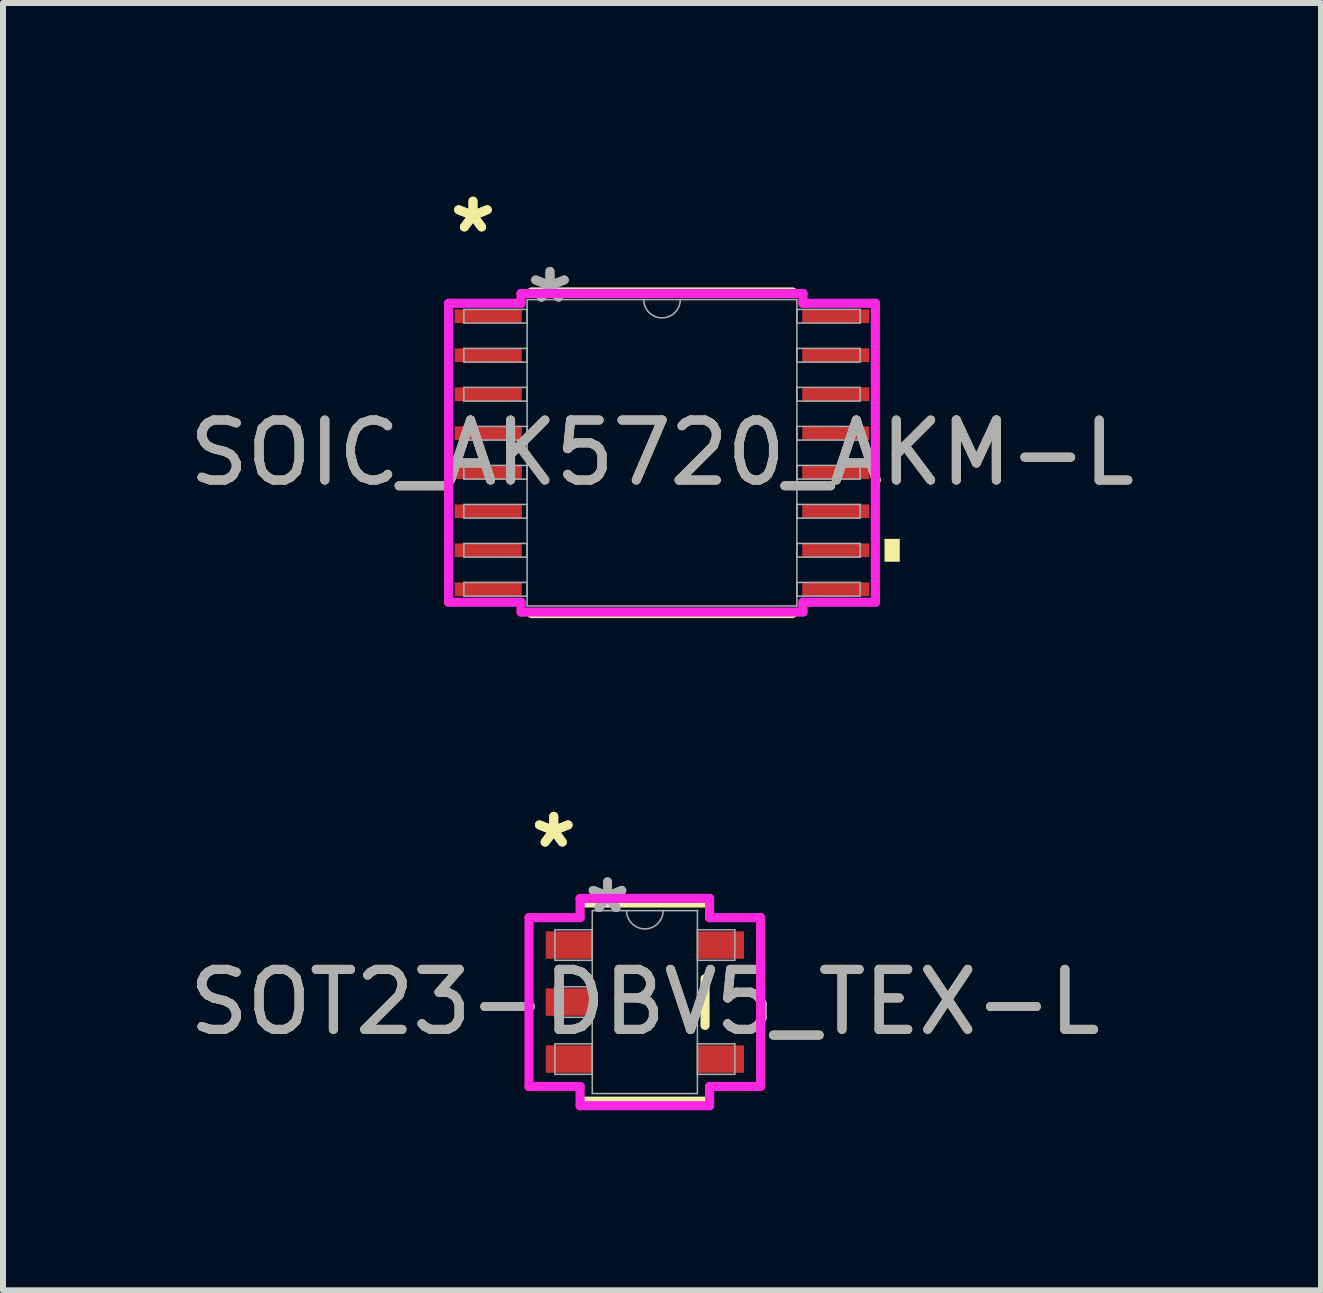
<source format=kicad_pcb>
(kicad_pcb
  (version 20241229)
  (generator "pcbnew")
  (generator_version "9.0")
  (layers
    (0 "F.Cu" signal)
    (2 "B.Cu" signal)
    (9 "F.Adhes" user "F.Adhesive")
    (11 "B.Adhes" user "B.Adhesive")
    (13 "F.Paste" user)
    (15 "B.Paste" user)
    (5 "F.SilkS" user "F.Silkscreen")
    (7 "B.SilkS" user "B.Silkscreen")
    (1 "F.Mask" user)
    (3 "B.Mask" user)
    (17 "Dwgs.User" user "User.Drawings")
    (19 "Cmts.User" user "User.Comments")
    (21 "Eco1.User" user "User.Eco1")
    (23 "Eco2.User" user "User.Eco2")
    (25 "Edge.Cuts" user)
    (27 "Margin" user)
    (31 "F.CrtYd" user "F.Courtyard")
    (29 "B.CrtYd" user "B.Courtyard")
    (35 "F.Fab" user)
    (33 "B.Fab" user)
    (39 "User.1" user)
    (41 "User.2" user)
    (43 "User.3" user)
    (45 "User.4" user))
  (footprint "SOIC_AK5720_AKM-L"
    (layer "F.Cu")
    (at 7.982 4.495)
    (property "Reference" "SOIC_AK5720_AKM-L" (at 0 0 0) (unlocked yes) (layer "F.SilkS") (effects (font (size 1 1) (thickness 0.15))))
    (attr smd)
    (fp_line (start -2.174 2.68) (end 2.174 2.68) (stroke (width 0.152) (type solid)) (layer "F.SilkS"))
    (fp_line (start 2.174 -2.68) (end -2.174 -2.68) (stroke (width 0.152) (type solid)) (layer "F.SilkS"))
    (fp_poly (pts (xy 3.962 1.435) (xy 3.962 1.816) (xy 3.708 1.816) (xy 3.708 1.435)) (stroke (width 0) (type solid)) (fill yes) (layer "F.SilkS"))
    (fp_line (start -3.556 -2.491) (end -2.349 -2.491) (stroke (width 0.152) (type solid)) (layer "F.CrtYd"))
    (fp_line (start -3.556 2.491) (end -3.556 -2.491) (stroke (width 0.152) (type solid)) (layer "F.CrtYd"))
    (fp_line (start -3.556 2.491) (end -2.349 2.491) (stroke (width 0.152) (type solid)) (layer "F.CrtYd"))
    (fp_line (start -2.349 -2.654) (end 2.349 -2.654) (stroke (width 0.152) (type solid)) (layer "F.CrtYd"))
    (fp_line (start -2.349 -2.491) (end -2.349 -2.654) (stroke (width 0.152) (type solid)) (layer "F.CrtYd"))
    (fp_line (start -2.349 2.654) (end -2.349 2.491) (stroke (width 0.152) (type solid)) (layer "F.CrtYd"))
    (fp_line (start 2.349 -2.654) (end 2.349 -2.491) (stroke (width 0.152) (type solid)) (layer "F.CrtYd"))
    (fp_line (start 2.349 2.491) (end 2.349 2.654) (stroke (width 0.152) (type solid)) (layer "F.CrtYd"))
    (fp_line (start 2.349 2.654) (end -2.349 2.654) (stroke (width 0.152) (type solid)) (layer "F.CrtYd"))
    (fp_line (start 3.556 -2.491) (end 2.349 -2.491) (stroke (width 0.152) (type solid)) (layer "F.CrtYd"))
    (fp_line (start 3.556 -2.491) (end 3.556 2.491) (stroke (width 0.152) (type solid)) (layer "F.CrtYd"))
    (fp_line (start 3.556 2.491) (end 2.349 2.491) (stroke (width 0.152) (type solid)) (layer "F.CrtYd"))
    (fp_line (start -3.302 -2.389) (end -3.302 -2.161) (stroke (width 0.025) (type solid)) (layer "F.Fab"))
    (fp_line (start -3.302 -2.161) (end -2.248 -2.161) (stroke (width 0.025) (type solid)) (layer "F.Fab"))
    (fp_line (start -3.302 -1.739) (end -3.302 -1.511) (stroke (width 0.025) (type solid)) (layer "F.Fab"))
    (fp_line (start -3.302 -1.511) (end -2.248 -1.511) (stroke (width 0.025) (type solid)) (layer "F.Fab"))
    (fp_line (start -3.302 -1.089) (end -3.302 -0.861) (stroke (width 0.025) (type solid)) (layer "F.Fab"))
    (fp_line (start -3.302 -0.861) (end -2.248 -0.861) (stroke (width 0.025) (type solid)) (layer "F.Fab"))
    (fp_line (start -3.302 -0.439) (end -3.302 -0.211) (stroke (width 0.025) (type solid)) (layer "F.Fab"))
    (fp_line (start -3.302 -0.211) (end -2.248 -0.211) (stroke (width 0.025) (type solid)) (layer "F.Fab"))
    (fp_line (start -3.302 0.211) (end -3.302 0.439) (stroke (width 0.025) (type solid)) (layer "F.Fab"))
    (fp_line (start -3.302 0.439) (end -2.248 0.439) (stroke (width 0.025) (type solid)) (layer "F.Fab"))
    (fp_line (start -3.302 0.861) (end -3.302 1.089) (stroke (width 0.025) (type solid)) (layer "F.Fab"))
    (fp_line (start -3.302 1.089) (end -2.248 1.089) (stroke (width 0.025) (type solid)) (layer "F.Fab"))
    (fp_line (start -3.302 1.511) (end -3.302 1.739) (stroke (width 0.025) (type solid)) (layer "F.Fab"))
    (fp_line (start -3.302 1.739) (end -2.248 1.739) (stroke (width 0.025) (type solid)) (layer "F.Fab"))
    (fp_line (start -3.302 2.161) (end -3.302 2.389) (stroke (width 0.025) (type solid)) (layer "F.Fab"))
    (fp_line (start -3.302 2.389) (end -2.248 2.389) (stroke (width 0.025) (type solid)) (layer "F.Fab"))
    (fp_line (start -2.248 -2.553) (end -2.248 2.553) (stroke (width 0.025) (type solid)) (layer "F.Fab"))
    (fp_line (start -2.248 -2.389) (end -3.302 -2.389) (stroke (width 0.025) (type solid)) (layer "F.Fab"))
    (fp_line (start -2.248 -2.161) (end -2.248 -2.389) (stroke (width 0.025) (type solid)) (layer "F.Fab"))
    (fp_line (start -2.248 -1.739) (end -3.302 -1.739) (stroke (width 0.025) (type solid)) (layer "F.Fab"))
    (fp_line (start -2.248 -1.511) (end -2.248 -1.739) (stroke (width 0.025) (type solid)) (layer "F.Fab"))
    (fp_line (start -2.248 -1.089) (end -3.302 -1.089) (stroke (width 0.025) (type solid)) (layer "F.Fab"))
    (fp_line (start -2.248 -0.861) (end -2.248 -1.089) (stroke (width 0.025) (type solid)) (layer "F.Fab"))
    (fp_line (start -2.248 -0.439) (end -3.302 -0.439) (stroke (width 0.025) (type solid)) (layer "F.Fab"))
    (fp_line (start -2.248 -0.211) (end -2.248 -0.439) (stroke (width 0.025) (type solid)) (layer "F.Fab"))
    (fp_line (start -2.248 0.211) (end -3.302 0.211) (stroke (width 0.025) (type solid)) (layer "F.Fab"))
    (fp_line (start -2.248 0.439) (end -2.248 0.211) (stroke (width 0.025) (type solid)) (layer "F.Fab"))
    (fp_line (start -2.248 0.861) (end -3.302 0.861) (stroke (width 0.025) (type solid)) (layer "F.Fab"))
    (fp_line (start -2.248 1.089) (end -2.248 0.861) (stroke (width 0.025) (type solid)) (layer "F.Fab"))
    (fp_line (start -2.248 1.511) (end -3.302 1.511) (stroke (width 0.025) (type solid)) (layer "F.Fab"))
    (fp_line (start -2.248 1.739) (end -2.248 1.511) (stroke (width 0.025) (type solid)) (layer "F.Fab"))
    (fp_line (start -2.248 2.161) (end -3.302 2.161) (stroke (width 0.025) (type solid)) (layer "F.Fab"))
    (fp_line (start -2.248 2.389) (end -2.248 2.161) (stroke (width 0.025) (type solid)) (layer "F.Fab"))
    (fp_line (start -2.248 2.553) (end 2.248 2.553) (stroke (width 0.025) (type solid)) (layer "F.Fab"))
    (fp_line (start 2.248 -2.553) (end -2.248 -2.553) (stroke (width 0.025) (type solid)) (layer "F.Fab"))
    (fp_line (start 2.248 -2.389) (end 2.248 -2.161) (stroke (width 0.025) (type solid)) (layer "F.Fab"))
    (fp_line (start 2.248 -2.161) (end 3.302 -2.161) (stroke (width 0.025) (type solid)) (layer "F.Fab"))
    (fp_line (start 2.248 -1.739) (end 2.248 -1.511) (stroke (width 0.025) (type solid)) (layer "F.Fab"))
    (fp_line (start 2.248 -1.511) (end 3.302 -1.511) (stroke (width 0.025) (type solid)) (layer "F.Fab"))
    (fp_line (start 2.248 -1.089) (end 2.248 -0.861) (stroke (width 0.025) (type solid)) (layer "F.Fab"))
    (fp_line (start 2.248 -0.861) (end 3.302 -0.861) (stroke (width 0.025) (type solid)) (layer "F.Fab"))
    (fp_line (start 2.248 -0.439) (end 2.248 -0.211) (stroke (width 0.025) (type solid)) (layer "F.Fab"))
    (fp_line (start 2.248 -0.211) (end 3.302 -0.211) (stroke (width 0.025) (type solid)) (layer "F.Fab"))
    (fp_line (start 2.248 0.211) (end 2.248 0.439) (stroke (width 0.025) (type solid)) (layer "F.Fab"))
    (fp_line (start 2.248 0.439) (end 3.302 0.439) (stroke (width 0.025) (type solid)) (layer "F.Fab"))
    (fp_line (start 2.248 0.861) (end 2.248 1.089) (stroke (width 0.025) (type solid)) (layer "F.Fab"))
    (fp_line (start 2.248 1.089) (end 3.302 1.089) (stroke (width 0.025) (type solid)) (layer "F.Fab"))
    (fp_line (start 2.248 1.511) (end 2.248 1.739) (stroke (width 0.025) (type solid)) (layer "F.Fab"))
    (fp_line (start 2.248 1.739) (end 3.302 1.739) (stroke (width 0.025) (type solid)) (layer "F.Fab"))
    (fp_line (start 2.248 2.161) (end 2.248 2.389) (stroke (width 0.025) (type solid)) (layer "F.Fab"))
    (fp_line (start 2.248 2.389) (end 3.302 2.389) (stroke (width 0.025) (type solid)) (layer "F.Fab"))
    (fp_line (start 2.248 2.553) (end 2.248 -2.553) (stroke (width 0.025) (type solid)) (layer "F.Fab"))
    (fp_line (start 3.302 -2.389) (end 2.248 -2.389) (stroke (width 0.025) (type solid)) (layer "F.Fab"))
    (fp_line (start 3.302 -2.161) (end 3.302 -2.389) (stroke (width 0.025) (type solid)) (layer "F.Fab"))
    (fp_line (start 3.302 -1.739) (end 2.248 -1.739) (stroke (width 0.025) (type solid)) (layer "F.Fab"))
    (fp_line (start 3.302 -1.511) (end 3.302 -1.739) (stroke (width 0.025) (type solid)) (layer "F.Fab"))
    (fp_line (start 3.302 -1.089) (end 2.248 -1.089) (stroke (width 0.025) (type solid)) (layer "F.Fab"))
    (fp_line (start 3.302 -0.861) (end 3.302 -1.089) (stroke (width 0.025) (type solid)) (layer "F.Fab"))
    (fp_line (start 3.302 -0.439) (end 2.248 -0.439) (stroke (width 0.025) (type solid)) (layer "F.Fab"))
    (fp_line (start 3.302 -0.211) (end 3.302 -0.439) (stroke (width 0.025) (type solid)) (layer "F.Fab"))
    (fp_line (start 3.302 0.211) (end 2.248 0.211) (stroke (width 0.025) (type solid)) (layer "F.Fab"))
    (fp_line (start 3.302 0.439) (end 3.302 0.211) (stroke (width 0.025) (type solid)) (layer "F.Fab"))
    (fp_line (start 3.302 0.861) (end 2.248 0.861) (stroke (width 0.025) (type solid)) (layer "F.Fab"))
    (fp_line (start 3.302 1.089) (end 3.302 0.861) (stroke (width 0.025) (type solid)) (layer "F.Fab"))
    (fp_line (start 3.302 1.511) (end 2.248 1.511) (stroke (width 0.025) (type solid)) (layer "F.Fab"))
    (fp_line (start 3.302 1.739) (end 3.302 1.511) (stroke (width 0.025) (type solid)) (layer "F.Fab"))
    (fp_line (start 3.302 2.161) (end 2.248 2.161) (stroke (width 0.025) (type solid)) (layer "F.Fab"))
    (fp_line (start 3.302 2.389) (end 3.302 2.161) (stroke (width 0.025) (type solid)) (layer "F.Fab"))
    (fp_arc (start 0.3048 -2.5527) (mid 0 -2.2479) (end -0.3048 -2.5527) (stroke (width 0.0254) (type solid)) (layer "F.Fab"))
    (fp_text user "*" (at -3.15 -3.647 0) (unlocked yes) (layer "F.SilkS") (effects (font (size 1 1) (thickness 0.15))))
    (fp_text user "*" (at -3.15 -3.647 0) (layer "F.SilkS") (effects (font (size 1 1) (thickness 0.15))))
    (fp_text user "*" (at -1.867 -2.477 0) (layer "F.Fab") (effects (font (size 1 1) (thickness 0.15))))
    (fp_text user "${REFERENCE}" (at 0 0 0) (unlocked yes) (layer "F.Fab") (effects (font (size 1 1) (thickness 0.15))))
    (fp_text user "*" (at -1.867 -2.477 0) (unlocked yes) (layer "F.Fab") (effects (font (size 1 1) (thickness 0.15))))
    (pad "1" smd rect (at -2.896 -2.275) (size 1.118 0.229) (layers "F.Cu" "F.Mask" "F.Paste"))
    (pad "2" smd rect (at -2.896 -1.625) (size 1.118 0.229) (layers "F.Cu" "F.Mask" "F.Paste"))
    (pad "3" smd rect (at -2.896 -0.975) (size 1.118 0.229) (layers "F.Cu" "F.Mask" "F.Paste"))
    (pad "4" smd rect (at -2.896 -0.325) (size 1.118 0.229) (layers "F.Cu" "F.Mask" "F.Paste"))
    (pad "5" smd rect (at -2.896 0.325) (size 1.118 0.229) (layers "F.Cu" "F.Mask" "F.Paste"))
    (pad "6" smd rect (at -2.896 0.975) (size 1.118 0.229) (layers "F.Cu" "F.Mask" "F.Paste"))
    (pad "7" smd rect (at -2.896 1.625) (size 1.118 0.229) (layers "F.Cu" "F.Mask" "F.Paste"))
    (pad "8" smd rect (at -2.896 2.275) (size 1.118 0.229) (layers "F.Cu" "F.Mask" "F.Paste"))
    (pad "9" smd rect (at 2.896 2.275) (size 1.118 0.229) (layers "F.Cu" "F.Mask" "F.Paste"))
    (pad "10" smd rect (at 2.896 1.625) (size 1.118 0.229) (layers "F.Cu" "F.Mask" "F.Paste"))
    (pad "11" smd rect (at 2.896 0.975) (size 1.118 0.229) (layers "F.Cu" "F.Mask" "F.Paste"))
    (pad "12" smd rect (at 2.896 0.325) (size 1.118 0.229) (layers "F.Cu" "F.Mask" "F.Paste"))
    (pad "13" smd rect (at 2.896 -0.325) (size 1.118 0.229) (layers "F.Cu" "F.Mask" "F.Paste"))
    (pad "14" smd rect (at 2.896 -0.975) (size 1.118 0.229) (layers "F.Cu" "F.Mask" "F.Paste"))
    (pad "15" smd rect (at 2.896 -1.625) (size 1.118 0.229) (layers "F.Cu" "F.Mask" "F.Paste"))
    (pad "16" smd rect (at 2.896 -2.275) (size 1.118 0.229) (layers "F.Cu" "F.Mask" "F.Paste")))
  (footprint "SOT23-DBV5_TEX-L"
    (layer "F.Cu")
    (at 7.696 13.649)
    (property "Reference" "SOT23-DBV5_TEX-L" (at 0 0 0) (unlocked yes) (layer "F.SilkS") (effects (font (size 1 1) (thickness 0.15))))
    (attr smd)
    (fp_line (start -1.003 1.651) (end 1.003 1.651) (stroke (width 0.152) (type solid)) (layer "F.SilkS"))
    (fp_line (start 1.003 -1.651) (end -1.003 -1.651) (stroke (width 0.152) (type solid)) (layer "F.SilkS"))
    (fp_line (start 1.003 0.389) (end 1.003 -0.389) (stroke (width 0.152) (type solid)) (layer "F.SilkS"))
    (fp_line (start -1.93 -1.407) (end -1.079 -1.407) (stroke (width 0.152) (type solid)) (layer "F.CrtYd"))
    (fp_line (start -1.93 1.407) (end -1.93 -1.407) (stroke (width 0.152) (type solid)) (layer "F.CrtYd"))
    (fp_line (start -1.079 -1.727) (end 1.079 -1.727) (stroke (width 0.152) (type solid)) (layer "F.CrtYd"))
    (fp_line (start -1.079 -1.407) (end -1.079 -1.727) (stroke (width 0.152) (type solid)) (layer "F.CrtYd"))
    (fp_line (start -1.079 1.407) (end -1.93 1.407) (stroke (width 0.152) (type solid)) (layer "F.CrtYd"))
    (fp_line (start -1.079 1.727) (end -1.079 1.407) (stroke (width 0.152) (type solid)) (layer "F.CrtYd"))
    (fp_line (start 1.079 -1.727) (end 1.079 -1.407) (stroke (width 0.152) (type solid)) (layer "F.CrtYd"))
    (fp_line (start 1.079 -1.407) (end 1.93 -1.407) (stroke (width 0.152) (type solid)) (layer "F.CrtYd"))
    (fp_line (start 1.079 1.407) (end 1.079 1.727) (stroke (width 0.152) (type solid)) (layer "F.CrtYd"))
    (fp_line (start 1.079 1.727) (end -1.079 1.727) (stroke (width 0.152) (type solid)) (layer "F.CrtYd"))
    (fp_line (start 1.93 -1.407) (end 1.93 1.407) (stroke (width 0.152) (type solid)) (layer "F.CrtYd"))
    (fp_line (start 1.93 1.407) (end 1.079 1.407) (stroke (width 0.152) (type solid)) (layer "F.CrtYd"))
    (fp_line (start -1.499 -1.204) (end -1.499 -0.696) (stroke (width 0.025) (type solid)) (layer "F.Fab"))
    (fp_line (start -1.499 -0.696) (end -0.876 -0.696) (stroke (width 0.025) (type solid)) (layer "F.Fab"))
    (fp_line (start -1.499 -0.254) (end -1.499 0.254) (stroke (width 0.025) (type solid)) (layer "F.Fab"))
    (fp_line (start -1.499 0.254) (end -0.876 0.254) (stroke (width 0.025) (type solid)) (layer "F.Fab"))
    (fp_line (start -1.499 0.696) (end -1.499 1.204) (stroke (width 0.025) (type solid)) (layer "F.Fab"))
    (fp_line (start -1.499 1.204) (end -0.876 1.204) (stroke (width 0.025) (type solid)) (layer "F.Fab"))
    (fp_line (start -0.876 -1.524) (end -0.876 1.524) (stroke (width 0.025) (type solid)) (layer "F.Fab"))
    (fp_line (start -0.876 -1.204) (end -1.499 -1.204) (stroke (width 0.025) (type solid)) (layer "F.Fab"))
    (fp_line (start -0.876 -0.696) (end -0.876 -1.204) (stroke (width 0.025) (type solid)) (layer "F.Fab"))
    (fp_line (start -0.876 -0.254) (end -1.499 -0.254) (stroke (width 0.025) (type solid)) (layer "F.Fab"))
    (fp_line (start -0.876 0.254) (end -0.876 -0.254) (stroke (width 0.025) (type solid)) (layer "F.Fab"))
    (fp_line (start -0.876 0.696) (end -1.499 0.696) (stroke (width 0.025) (type solid)) (layer "F.Fab"))
    (fp_line (start -0.876 1.204) (end -0.876 0.696) (stroke (width 0.025) (type solid)) (layer "F.Fab"))
    (fp_line (start -0.876 1.524) (end 0.876 1.524) (stroke (width 0.025) (type solid)) (layer "F.Fab"))
    (fp_line (start 0.876 -1.524) (end -0.876 -1.524) (stroke (width 0.025) (type solid)) (layer "F.Fab"))
    (fp_line (start 0.876 -1.204) (end 0.876 -0.696) (stroke (width 0.025) (type solid)) (layer "F.Fab"))
    (fp_line (start 0.876 -0.696) (end 1.499 -0.696) (stroke (width 0.025) (type solid)) (layer "F.Fab"))
    (fp_line (start 0.876 0.696) (end 0.876 1.204) (stroke (width 0.025) (type solid)) (layer "F.Fab"))
    (fp_line (start 0.876 1.204) (end 1.499 1.204) (stroke (width 0.025) (type solid)) (layer "F.Fab"))
    (fp_line (start 0.876 1.524) (end 0.876 -1.524) (stroke (width 0.025) (type solid)) (layer "F.Fab"))
    (fp_line (start 1.499 -1.204) (end 0.876 -1.204) (stroke (width 0.025) (type solid)) (layer "F.Fab"))
    (fp_line (start 1.499 -0.696) (end 1.499 -1.204) (stroke (width 0.025) (type solid)) (layer "F.Fab"))
    (fp_line (start 1.499 0.696) (end 0.876 0.696) (stroke (width 0.025) (type solid)) (layer "F.Fab"))
    (fp_line (start 1.499 1.204) (end 1.499 0.696) (stroke (width 0.025) (type solid)) (layer "F.Fab"))
    (fp_arc (start 0.3048 -1.524) (mid 0 -1.2192) (end -0.3048 -1.524) (stroke (width 0.0254) (type solid)) (layer "F.Fab"))
    (fp_text user "*" (at -1.518 -2.55 0) (unlocked yes) (layer "F.SilkS") (effects (font (size 1 1) (thickness 0.15))))
    (fp_text user "*" (at -1.518 -2.55 0) (layer "F.SilkS") (effects (font (size 1 1) (thickness 0.15))))
    (fp_text user "*" (at -0.622 -1.458 0) (layer "F.Fab") (effects (font (size 1 1) (thickness 0.15))))
    (fp_text user "${REFERENCE}" (at 0 0 0) (unlocked yes) (layer "F.Fab") (effects (font (size 1 1) (thickness 0.15))))
    (fp_text user "*" (at -0.622 -1.458 0) (unlocked yes) (layer "F.Fab") (effects (font (size 1 1) (thickness 0.15))))
    (pad "1" smd rect (at -1.264 -0.95) (size 0.775 0.457) (layers "F.Cu" "F.Mask" "F.Paste"))
    (pad "2" smd rect (at -1.264 0) (size 0.775 0.457) (layers "F.Cu" "F.Mask" "F.Paste"))
    (pad "3" smd rect (at -1.264 0.95) (size 0.775 0.457) (layers "F.Cu" "F.Mask" "F.Paste"))
    (pad "4" smd rect (at 1.264 0.95) (size 0.775 0.457) (layers "F.Cu" "F.Mask" "F.Paste"))
    (pad "5" smd rect (at 1.264 -0.95) (size 0.775 0.457) (layers "F.Cu" "F.Mask" "F.Paste")))
  (gr_rect
    (start -3 -3)
    (end 18.964 18.453)
    (stroke (width 0.1) (type default))
    (fill no)
    (layer "Edge.Cuts")))
</source>
